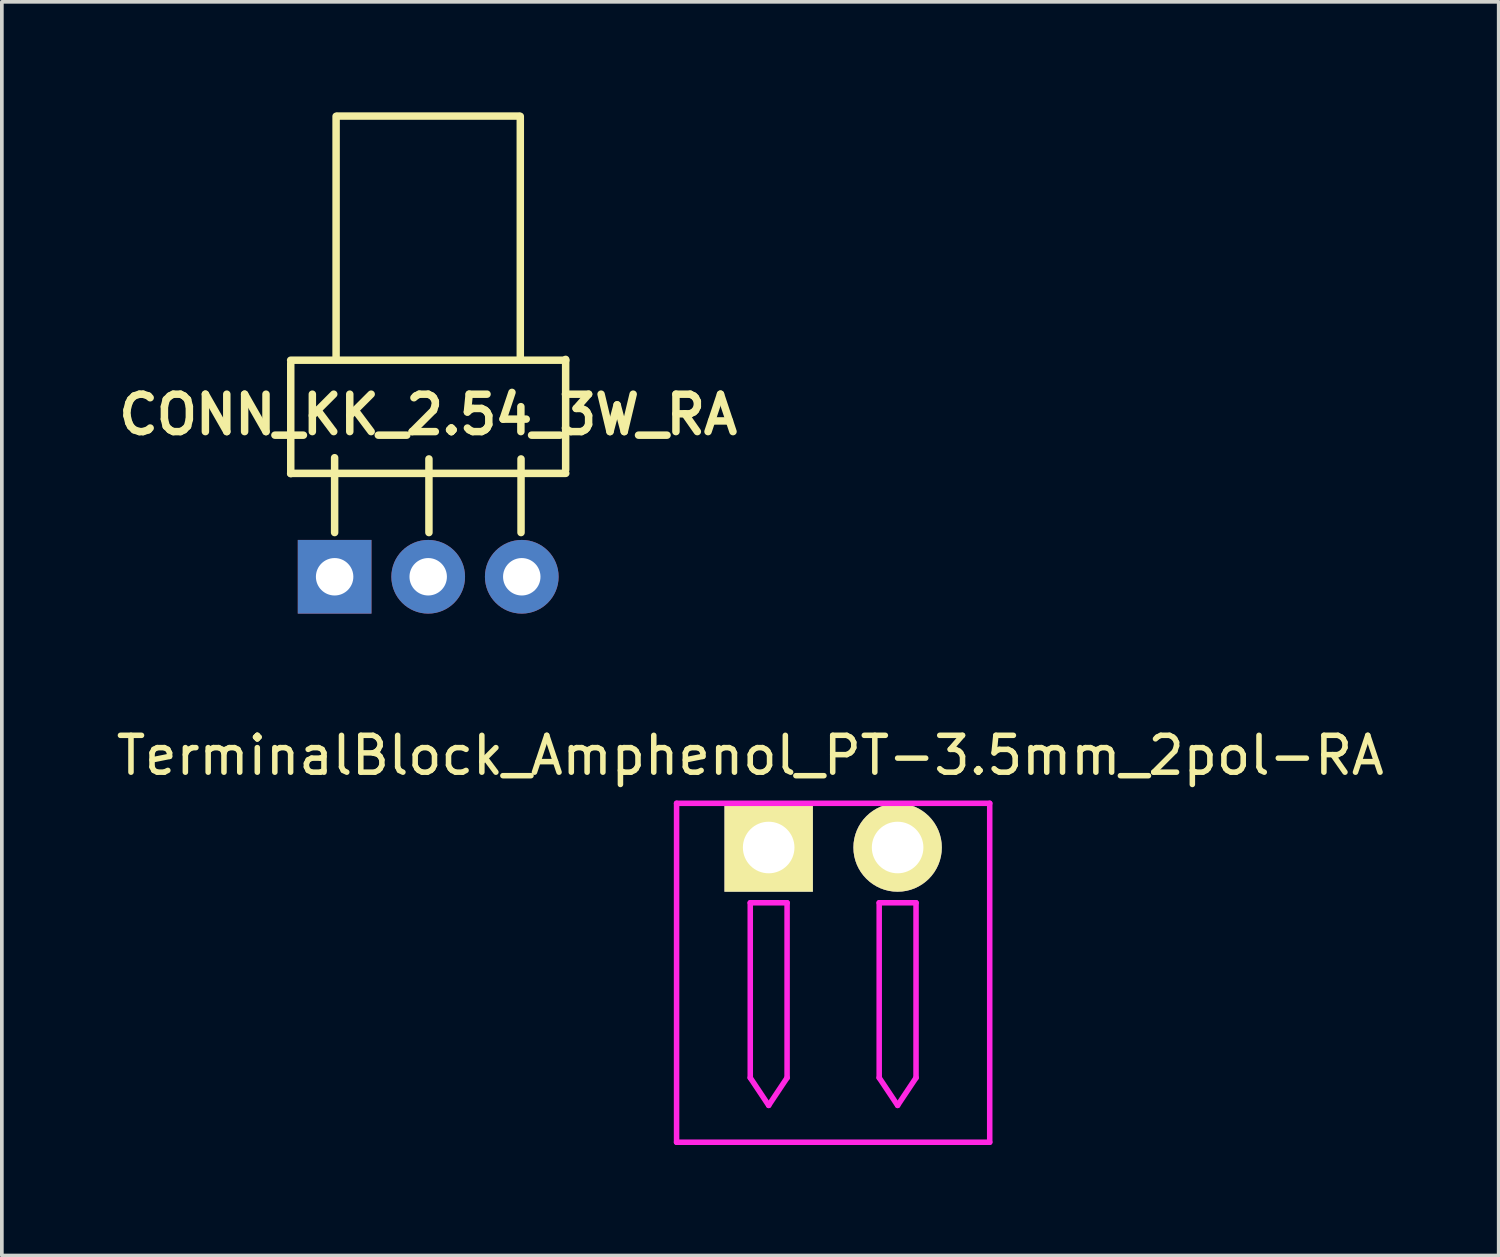
<source format=kicad_pcb>
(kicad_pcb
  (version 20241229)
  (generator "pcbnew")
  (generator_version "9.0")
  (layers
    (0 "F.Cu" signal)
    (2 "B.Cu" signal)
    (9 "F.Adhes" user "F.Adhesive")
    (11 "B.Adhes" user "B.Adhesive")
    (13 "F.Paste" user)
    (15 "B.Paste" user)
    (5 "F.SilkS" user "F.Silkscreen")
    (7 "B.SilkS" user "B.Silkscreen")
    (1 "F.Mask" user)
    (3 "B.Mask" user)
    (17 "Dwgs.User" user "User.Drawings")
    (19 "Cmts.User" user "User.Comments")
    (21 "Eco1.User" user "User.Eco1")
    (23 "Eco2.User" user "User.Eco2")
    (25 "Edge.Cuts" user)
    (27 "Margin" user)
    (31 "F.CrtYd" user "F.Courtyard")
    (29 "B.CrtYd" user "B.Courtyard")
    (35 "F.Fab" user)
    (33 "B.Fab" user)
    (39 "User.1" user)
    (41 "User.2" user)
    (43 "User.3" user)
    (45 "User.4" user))
  (footprint "CONN_KK_2.54_3W_RA"
    (layer "F.Cu")
    (at 8.573 12.606)
    (property "Reference" "CONN_KK_2.54_3W_RA" (at 0 -4.4 0) (layer "F.SilkS") (effects (font (size 1.016 1.016) (thickness 0.203))))
    (attr through_hole)
    (fp_line (start -3.734 -5.878) (end 3.734 -5.878) (stroke (width 0.203) (type solid)) (layer "F.SilkS"))
    (fp_line (start -3.734 -2.807) (end 3.734 -2.807) (stroke (width 0.203) (type solid)) (layer "F.SilkS"))
    (fp_line (start -3.731 -5.801) (end -3.731 -2.799) (stroke (width 0.203) (type solid)) (layer "F.SilkS"))
    (fp_line (start -2.54 -1.2) (end -2.54 -3.232) (stroke (width 0.203) (type solid)) (layer "F.SilkS"))
    (fp_line (start -2.5 -12.5) (end -2.5 -5.9) (stroke (width 0.203) (type solid)) (layer "F.SilkS"))
    (fp_line (start -2.464 -12.505) (end 2.464 -12.505) (stroke (width 0.203) (type solid)) (layer "F.SilkS"))
    (fp_line (start 0.02 -1.2) (end 0.02 -3.199) (stroke (width 0.203) (type solid)) (layer "F.SilkS"))
    (fp_line (start 2.5 -12.5) (end 2.5 -5.9) (stroke (width 0.203) (type solid)) (layer "F.SilkS"))
    (fp_line (start 2.52 -1.2) (end 2.52 -3.199) (stroke (width 0.203) (type solid)) (layer "F.SilkS"))
    (fp_line (start 3.731 -2.899) (end 3.731 -5.901) (stroke (width 0.203) (type solid)) (layer "F.SilkS"))
    (pad "1" thru_hole rect (at -2.54 0) (size 2 2) (drill 1.016) (layers "*.Cu" "*.Mask"))
    (pad "2" thru_hole circle (at 0 0) (size 2 2) (drill 1.016) (layers "*.Cu" "*.Mask"))
    (pad "3" thru_hole circle (at 2.54 0) (size 2 2) (drill 1.016) (layers "*.Cu" "*.Mask")))
  (footprint "TerminalBlock_Amphenol_PT-3.5mm_2pol-RA"
    (layer "F.Cu")
    (at 19.565 19.955)
    (property "Reference" "TerminalBlock_Amphenol_PT-3.5mm_2pol-RA" (at -2.25 -2.5 0) (layer "F.SilkS") (effects (font (size 1 1) (thickness 0.15))))
    (attr through_hole)
    (fp_line (start -4.25 -1.2) (end 4.25 -1.2) (stroke (width 0.15) (type solid)) (layer "F.CrtYd"))
    (fp_line (start -4.25 8) (end -4.25 -1.2) (stroke (width 0.15) (type solid)) (layer "F.CrtYd"))
    (fp_line (start -2.25 1.5) (end -2.25 6.25) (stroke (width 0.15) (type solid)) (layer "F.CrtYd"))
    (fp_line (start -2.25 6.25) (end -1.75 7) (stroke (width 0.15) (type solid)) (layer "F.CrtYd"))
    (fp_line (start -1.75 7) (end -1.25 6.25) (stroke (width 0.15) (type solid)) (layer "F.CrtYd"))
    (fp_line (start -1.25 1.5) (end -2.25 1.5) (stroke (width 0.15) (type solid)) (layer "F.CrtYd"))
    (fp_line (start -1.25 6.25) (end -1.25 1.5) (stroke (width 0.15) (type solid)) (layer "F.CrtYd"))
    (fp_line (start 1.25 1.5) (end 1.25 6.25) (stroke (width 0.15) (type solid)) (layer "F.CrtYd"))
    (fp_line (start 1.25 6.25) (end 1.75 7) (stroke (width 0.15) (type solid)) (layer "F.CrtYd"))
    (fp_line (start 1.75 7) (end 2.25 6.25) (stroke (width 0.15) (type solid)) (layer "F.CrtYd"))
    (fp_line (start 2.25 1.5) (end 1.25 1.5) (stroke (width 0.15) (type solid)) (layer "F.CrtYd"))
    (fp_line (start 2.25 6.25) (end 2.25 1.5) (stroke (width 0.15) (type solid)) (layer "F.CrtYd"))
    (fp_line (start 4.25 -1.2) (end 4.25 8) (stroke (width 0.15) (type solid)) (layer "F.CrtYd"))
    (fp_line (start 4.25 8) (end -4.25 8) (stroke (width 0.15) (type solid)) (layer "F.CrtYd"))
    (pad "1" thru_hole rect (at -1.75 0) (size 2.4 2.4) (drill 1.4) (layers "*.Cu" "*.Mask" "F.SilkS"))
    (pad "2" thru_hole circle (at 1.75 0) (size 2.4 2.4) (drill 1.4) (layers "*.Cu" "*.Mask" "F.SilkS")))
  (gr_rect
    (start -3 -3)
    (end 37.631 31.03)
    (stroke (width 0.1) (type default))
    (fill no)
    (layer "Edge.Cuts")))
</source>
